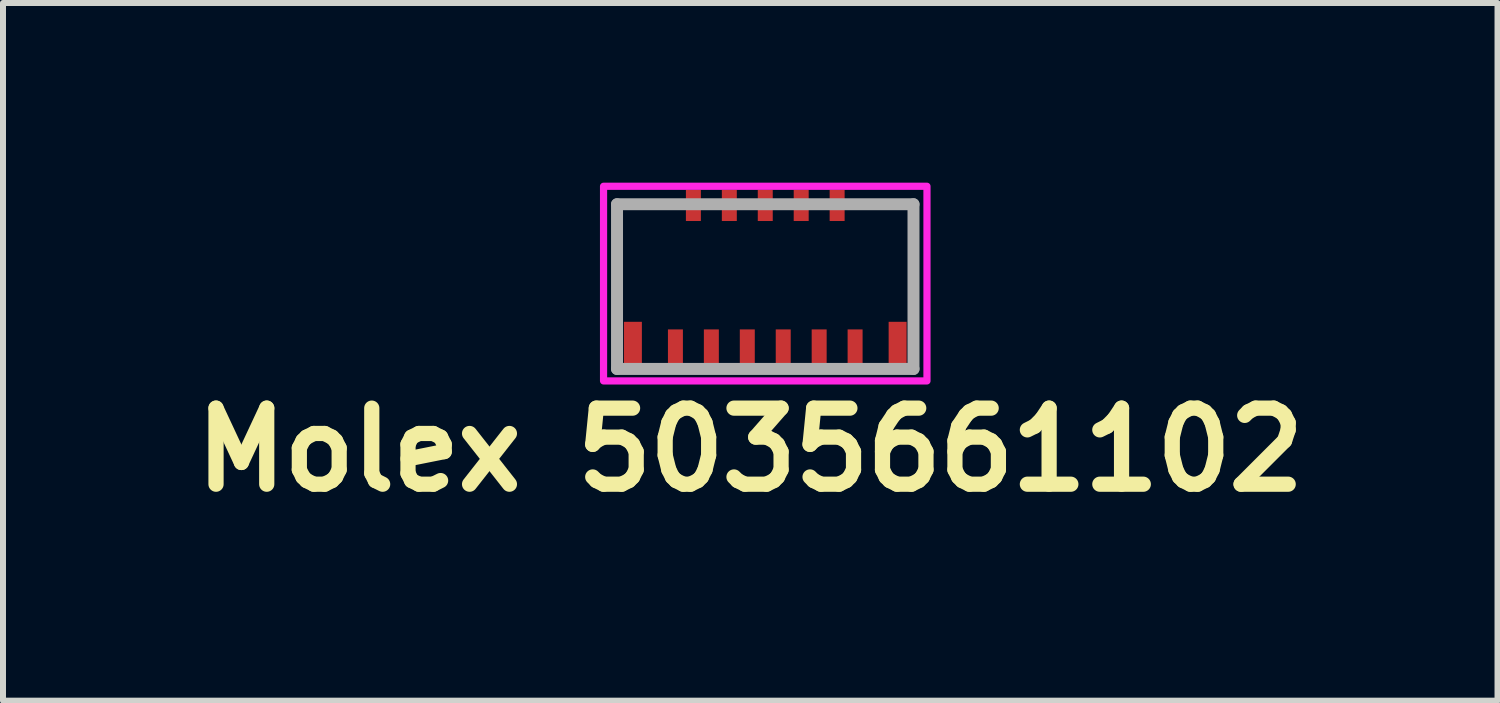
<source format=kicad_pcb>
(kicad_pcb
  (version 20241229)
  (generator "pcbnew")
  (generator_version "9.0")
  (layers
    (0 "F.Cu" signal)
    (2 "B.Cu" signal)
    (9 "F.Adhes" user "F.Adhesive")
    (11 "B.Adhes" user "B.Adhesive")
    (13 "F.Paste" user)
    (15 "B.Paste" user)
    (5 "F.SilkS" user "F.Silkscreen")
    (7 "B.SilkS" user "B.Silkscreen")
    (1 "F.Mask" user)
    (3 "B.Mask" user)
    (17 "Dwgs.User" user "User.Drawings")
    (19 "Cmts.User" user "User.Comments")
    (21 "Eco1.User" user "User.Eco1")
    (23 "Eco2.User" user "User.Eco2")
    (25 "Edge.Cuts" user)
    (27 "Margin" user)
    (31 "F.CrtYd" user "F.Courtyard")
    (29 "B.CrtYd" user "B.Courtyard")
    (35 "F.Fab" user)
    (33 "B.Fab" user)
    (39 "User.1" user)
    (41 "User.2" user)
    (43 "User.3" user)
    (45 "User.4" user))
  (footprint "Molex 5035661102"
    (layer "F.Cu")
    (at 11.227 0.36)
    (property "Reference" "Molex 5035661102" (at -1.75 4.1 0) (layer "F.SilkS") (effects (font (size 1.27 1.27) (thickness 0.254))))
    (attr smd)
    (fp_line (start -3.975 0.02) (end -3 0.02) (stroke (width 0.1) (type solid)) (layer "F.SilkS"))
    (fp_line (start -3.975 1.6) (end -3.975 0.02) (stroke (width 0.1) (type solid)) (layer "F.SilkS"))
    (fp_line (start 0.3 0) (end 0.975 0) (stroke (width 0.1) (type solid)) (layer "F.SilkS"))
    (fp_line (start 0.975 0) (end 0.975 1.6) (stroke (width 0.1) (type solid)) (layer "F.SilkS"))
    (fp_rect (start -4.2 -0.3) (end 1.2 2.95) (stroke (width 0.12) (type solid)) (fill no) (layer "F.CrtYd"))
    (fp_line (start -3.975 0) (end 0.975 0) (stroke (width 0.2) (type solid)) (layer "F.Fab"))
    (fp_line (start -3.975 2.75) (end -3.975 0) (stroke (width 0.2) (type solid)) (layer "F.Fab"))
    (fp_line (start 0.975 0) (end 0.975 2.75) (stroke (width 0.2) (type solid)) (layer "F.Fab"))
    (fp_line (start 0.975 2.75) (end -3.975 2.75) (stroke (width 0.2) (type solid)) (layer "F.Fab"))
    (pad "1" smd rect (at -3 2.45) (size 0.25 0.72) (layers "F.Cu" "F.Mask" "F.Paste"))
    (pad "2" smd rect (at -2.7 0.02) (size 0.25 0.52) (layers "F.Cu" "F.Mask" "F.Paste"))
    (pad "3" smd rect (at -2.4 2.45) (size 0.25 0.72) (layers "F.Cu" "F.Mask" "F.Paste"))
    (pad "4" smd rect (at -2.1 0.02) (size 0.25 0.52) (layers "F.Cu" "F.Mask" "F.Paste"))
    (pad "5" smd rect (at -1.8 2.45) (size 0.25 0.72) (layers "F.Cu" "F.Mask" "F.Paste"))
    (pad "6" smd rect (at -1.5 0.02) (size 0.25 0.52) (layers "F.Cu" "F.Mask" "F.Paste"))
    (pad "7" smd rect (at -1.2 2.45) (size 0.25 0.72) (layers "F.Cu" "F.Mask" "F.Paste"))
    (pad "8" smd rect (at -0.9 0.02) (size 0.25 0.52) (layers "F.Cu" "F.Mask" "F.Paste"))
    (pad "9" smd rect (at -0.6 2.45) (size 0.25 0.72) (layers "F.Cu" "F.Mask" "F.Paste"))
    (pad "10" smd rect (at -0.3 0.02) (size 0.25 0.52) (layers "F.Cu" "F.Mask" "F.Paste"))
    (pad "11" smd rect (at 0 2.45) (size 0.25 0.72) (layers "F.Cu" "F.Mask" "F.Paste"))
    (pad "MP1" smd rect (at -3.71 2.388) (size 0.3 0.85) (layers "F.Cu" "F.Mask" "F.Paste"))
    (pad "MP2" smd rect (at 0.71 2.388) (size 0.3 0.85) (layers "F.Cu" "F.Mask" "F.Paste")))
  (gr_rect
    (start -3 -3)
    (end 21.953 8.649)
    (stroke (width 0.1) (type default))
    (fill no)
    (layer "Edge.Cuts")))
</source>
